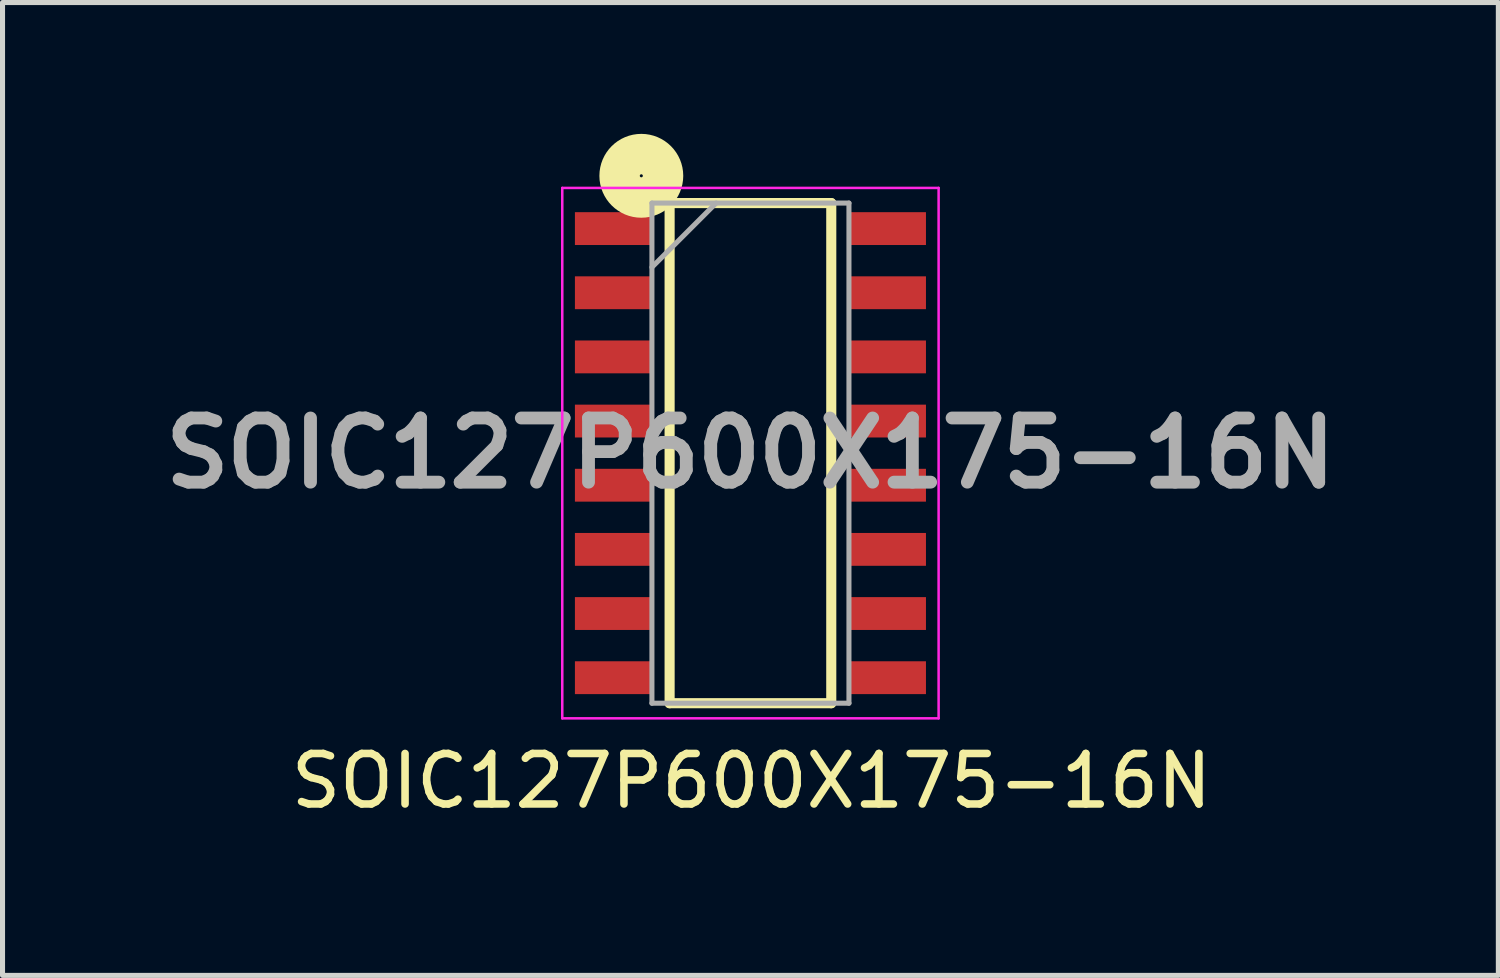
<source format=kicad_pcb>
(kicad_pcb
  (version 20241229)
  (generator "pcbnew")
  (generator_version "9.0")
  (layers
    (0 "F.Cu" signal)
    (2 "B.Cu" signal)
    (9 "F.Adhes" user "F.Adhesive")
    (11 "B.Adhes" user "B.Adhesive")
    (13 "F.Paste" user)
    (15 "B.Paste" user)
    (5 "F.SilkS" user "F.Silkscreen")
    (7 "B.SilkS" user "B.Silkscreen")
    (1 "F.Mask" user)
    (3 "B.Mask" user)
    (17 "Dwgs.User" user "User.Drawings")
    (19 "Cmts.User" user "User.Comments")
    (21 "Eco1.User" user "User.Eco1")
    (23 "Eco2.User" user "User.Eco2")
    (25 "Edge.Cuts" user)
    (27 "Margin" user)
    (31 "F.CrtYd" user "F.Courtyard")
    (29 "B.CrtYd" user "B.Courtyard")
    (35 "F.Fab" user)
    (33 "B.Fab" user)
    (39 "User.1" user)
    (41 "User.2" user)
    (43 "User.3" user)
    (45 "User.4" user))
  (footprint "SOIC127P600X175-16N"
    (layer "F.Cu")
    (at 11.805 5.92)
    (property "Reference" "SOIC127P600X175-16N" (at 0.02 6.49 0) (layer "F.SilkS") (effects (font (size 1 1) (thickness 0.15))))
    (attr smd)
    (fp_line (start -1.6 -4.95) (end 1.6 -4.95) (stroke (width 0.2) (type solid)) (layer "F.SilkS"))
    (fp_line (start -1.6 4.95) (end -1.6 -4.95) (stroke (width 0.2) (type solid)) (layer "F.SilkS"))
    (fp_line (start 1.6 -4.95) (end 1.6 4.95) (stroke (width 0.2) (type solid)) (layer "F.SilkS"))
    (fp_line (start 1.6 4.95) (end -1.6 4.95) (stroke (width 0.2) (type solid)) (layer "F.SilkS"))
    (fp_circle (center -2.16 -5.49) (end -2.13 -5.49) (stroke (width 0.8) (type default)) (fill no) (layer "F.SilkS"))
    (fp_line (start -3.725 -5.25) (end 3.725 -5.25) (stroke (width 0.05) (type solid)) (layer "F.CrtYd"))
    (fp_line (start -3.725 5.25) (end -3.725 -5.25) (stroke (width 0.05) (type solid)) (layer "F.CrtYd"))
    (fp_line (start 3.725 -5.25) (end 3.725 5.25) (stroke (width 0.05) (type solid)) (layer "F.CrtYd"))
    (fp_line (start 3.725 5.25) (end -3.725 5.25) (stroke (width 0.05) (type solid)) (layer "F.CrtYd"))
    (fp_line (start -1.95 -4.95) (end 1.95 -4.95) (stroke (width 0.1) (type solid)) (layer "F.Fab"))
    (fp_line (start -1.95 -3.68) (end -0.68 -4.95) (stroke (width 0.1) (type solid)) (layer "F.Fab"))
    (fp_line (start -1.95 4.95) (end -1.95 -4.95) (stroke (width 0.1) (type solid)) (layer "F.Fab"))
    (fp_line (start 1.95 -4.95) (end 1.95 4.95) (stroke (width 0.1) (type solid)) (layer "F.Fab"))
    (fp_line (start 1.95 4.95) (end -1.95 4.95) (stroke (width 0.1) (type solid)) (layer "F.Fab"))
    (fp_text user "${REFERENCE}" (at 0 0 0) (layer "F.Fab") (effects (font (size 1.27 1.27) (thickness 0.254))))
    (pad "1" smd rect (at -2.712 -4.445 90) (size 0.65 1.525) (layers "F.Cu" "F.Mask" "F.Paste"))
    (pad "2" smd rect (at -2.712 -3.175 90) (size 0.65 1.525) (layers "F.Cu" "F.Mask" "F.Paste"))
    (pad "3" smd rect (at -2.712 -1.905 90) (size 0.65 1.525) (layers "F.Cu" "F.Mask" "F.Paste"))
    (pad "4" smd rect (at -2.712 -0.635 90) (size 0.65 1.525) (layers "F.Cu" "F.Mask" "F.Paste"))
    (pad "5" smd rect (at -2.712 0.635 90) (size 0.65 1.525) (layers "F.Cu" "F.Mask" "F.Paste"))
    (pad "6" smd rect (at -2.712 1.905 90) (size 0.65 1.525) (layers "F.Cu" "F.Mask" "F.Paste"))
    (pad "7" smd rect (at -2.712 3.175 90) (size 0.65 1.525) (layers "F.Cu" "F.Mask" "F.Paste"))
    (pad "8" smd rect (at -2.712 4.445 90) (size 0.65 1.525) (layers "F.Cu" "F.Mask" "F.Paste"))
    (pad "9" smd rect (at 2.712 4.445 90) (size 0.65 1.525) (layers "F.Cu" "F.Mask" "F.Paste"))
    (pad "10" smd rect (at 2.712 3.175 90) (size 0.65 1.525) (layers "F.Cu" "F.Mask" "F.Paste"))
    (pad "11" smd rect (at 2.712 1.905 90) (size 0.65 1.525) (layers "F.Cu" "F.Mask" "F.Paste"))
    (pad "12" smd rect (at 2.712 0.635 90) (size 0.65 1.525) (layers "F.Cu" "F.Mask" "F.Paste"))
    (pad "13" smd rect (at 2.712 -0.635 90) (size 0.65 1.525) (layers "F.Cu" "F.Mask" "F.Paste"))
    (pad "14" smd rect (at 2.712 -1.905 90) (size 0.65 1.525) (layers "F.Cu" "F.Mask" "F.Paste"))
    (pad "15" smd rect (at 2.712 -3.175 90) (size 0.65 1.525) (layers "F.Cu" "F.Mask" "F.Paste"))
    (pad "16" smd rect (at 2.712 -4.445 90) (size 0.65 1.525) (layers "F.Cu" "F.Mask" "F.Paste")))
  (gr_rect
    (start -3 -3)
    (end 26.61 16.258)
    (stroke (width 0.1) (type default))
    (fill no)
    (layer "Edge.Cuts")))
</source>
